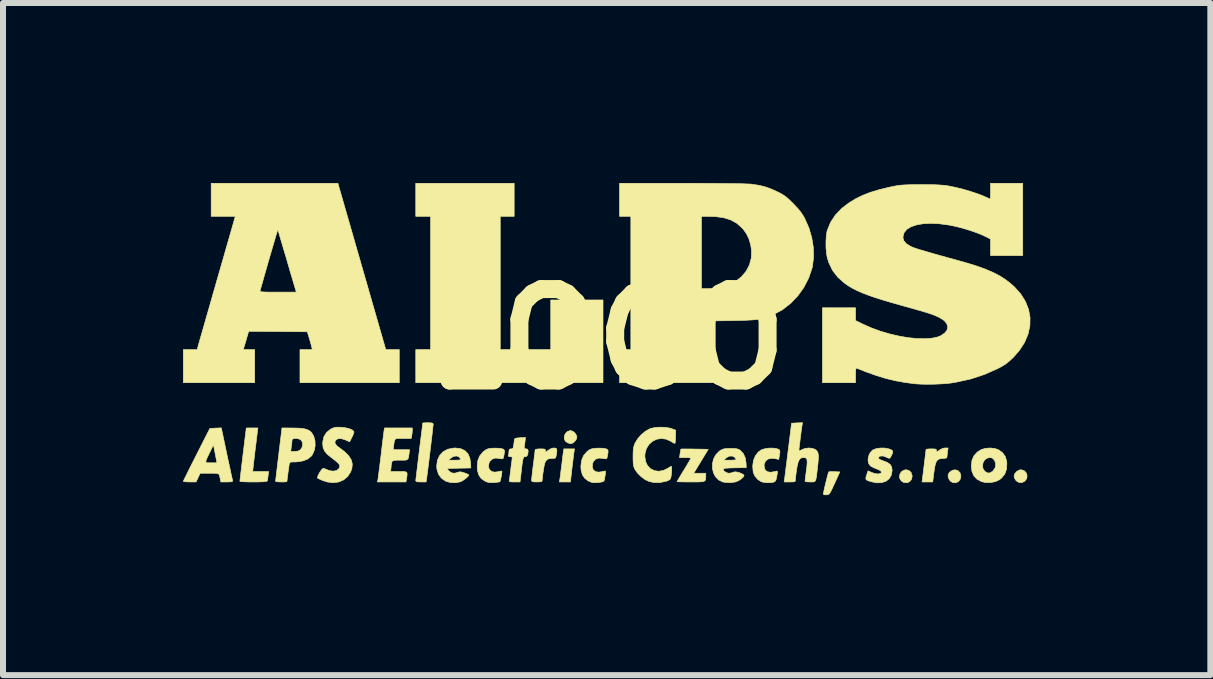
<source format=kicad_pcb>
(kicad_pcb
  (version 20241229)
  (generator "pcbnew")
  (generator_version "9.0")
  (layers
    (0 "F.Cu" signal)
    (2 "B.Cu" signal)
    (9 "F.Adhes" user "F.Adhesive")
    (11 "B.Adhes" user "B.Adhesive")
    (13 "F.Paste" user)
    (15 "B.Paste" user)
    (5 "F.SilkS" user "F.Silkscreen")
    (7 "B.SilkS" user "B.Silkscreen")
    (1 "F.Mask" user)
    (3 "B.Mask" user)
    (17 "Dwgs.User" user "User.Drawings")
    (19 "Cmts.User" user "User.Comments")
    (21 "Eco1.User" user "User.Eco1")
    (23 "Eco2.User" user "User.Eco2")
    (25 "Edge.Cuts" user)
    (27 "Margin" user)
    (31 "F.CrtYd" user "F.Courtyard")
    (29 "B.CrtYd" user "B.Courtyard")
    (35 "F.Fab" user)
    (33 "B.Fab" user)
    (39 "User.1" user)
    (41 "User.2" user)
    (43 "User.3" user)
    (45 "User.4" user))
  (footprint "LOGO"
    (layer "F.Cu")
    (at 7.059 2.603)
    (property "Reference" "LOGO" (at 0 0 0) (layer "F.SilkS") (effects (font (size 1.524 1.524) (thickness 0.3))))
    (attr through_hole)
    (fp_poly (pts (xy -1.539 -2.047) (xy -1.771 -2.047) (xy -1.771 0.174) (xy -0.929 0.174) (xy -0.929 -0.653) (xy -0.058 -0.653) (xy -0.058 0.726) (xy -3.179 0.726) (xy -3.179 0.174) (xy -2.932 0.174) (xy -2.932 -2.047) (xy -3.179 -2.047) (xy -3.179 -2.598) (xy -1.539 -2.598) (xy -1.539 -2.047)) (stroke (width 0.01) (type solid)) (fill yes) (layer "F.SilkS"))
    (fp_poly (pts (xy 5.044 2.19) (xy 5.079 2.225) (xy 5.094 2.276) (xy 5.095 2.286) (xy 5.083 2.339) (xy 5.051 2.376) (xy 5.008 2.394) (xy 4.958 2.39) (xy 4.919 2.368) (xy 4.89 2.328) (xy 4.883 2.283) (xy 4.896 2.238) (xy 4.926 2.201) (xy 4.971 2.18) (xy 4.995 2.177) (xy 5.044 2.19)) (stroke (width 0.01) (type solid)) (fill yes) (layer "F.SilkS"))
    (fp_poly (pts (xy 5.862 2.194) (xy 5.894 2.229) (xy 5.907 2.281) (xy 5.907 2.286) (xy 5.895 2.338) (xy 5.864 2.375) (xy 5.821 2.394) (xy 5.773 2.391) (xy 5.735 2.369) (xy 5.71 2.337) (xy 5.695 2.298) (xy 5.694 2.26) (xy 5.71 2.229) (xy 5.724 2.214) (xy 5.77 2.184) (xy 5.819 2.178) (xy 5.862 2.194)) (stroke (width 0.01) (type solid)) (fill yes) (layer "F.SilkS"))
    (fp_poly (pts (xy -0.559 1.537) (xy -0.523 1.568) (xy -0.499 1.607) (xy -0.493 1.633) (xy -0.504 1.67) (xy -0.531 1.707) (xy -0.564 1.733) (xy -0.591 1.741) (xy -0.625 1.735) (xy -0.65 1.727) (xy -0.687 1.699) (xy -0.704 1.66) (xy -0.703 1.615) (xy -0.685 1.573) (xy -0.653 1.54) (xy -0.609 1.525) (xy -0.598 1.524) (xy -0.559 1.537)) (stroke (width 0.01) (type solid)) (fill yes) (layer "F.SilkS"))
    (fp_poly (pts (xy 6.957 2.189) (xy 6.991 2.221) (xy 7.009 2.264) (xy 7.008 2.312) (xy 6.984 2.356) (xy 6.977 2.363) (xy 6.93 2.39) (xy 6.879 2.39) (xy 6.832 2.363) (xy 6.828 2.359) (xy 6.804 2.324) (xy 6.793 2.287) (xy 6.793 2.286) (xy 6.806 2.242) (xy 6.839 2.204) (xy 6.883 2.181) (xy 6.908 2.177) (xy 6.957 2.189)) (stroke (width 0.01) (type solid)) (fill yes) (layer "F.SilkS"))
    (fp_poly (pts (xy -0.541 1.876) (xy -0.545 1.907) (xy -0.552 1.96) (xy -0.56 2.029) (xy -0.57 2.109) (xy -0.575 2.152) (xy -0.601 2.38) (xy -0.785 2.38) (xy -0.777 2.333) (xy -0.772 2.301) (xy -0.765 2.247) (xy -0.757 2.179) (xy -0.747 2.105) (xy -0.747 2.105) (xy -0.738 2.03) (xy -0.73 1.963) (xy -0.723 1.909) (xy -0.718 1.876) (xy -0.718 1.876) (xy -0.71 1.829) (xy -0.533 1.829) (xy -0.541 1.876)) (stroke (width 0.01) (type solid)) (fill yes) (layer "F.SilkS"))
    (fp_poly (pts (xy 3.801 2.209) (xy 3.889 2.213) (xy 3.803 2.402) (xy 3.769 2.476) (xy 3.744 2.528) (xy 3.725 2.561) (xy 3.71 2.581) (xy 3.694 2.59) (xy 3.676 2.594) (xy 3.666 2.595) (xy 3.627 2.594) (xy 3.614 2.582) (xy 3.614 2.581) (xy 3.618 2.558) (xy 3.627 2.516) (xy 3.639 2.46) (xy 3.654 2.397) (xy 3.67 2.335) (xy 3.684 2.279) (xy 3.696 2.237) (xy 3.704 2.214) (xy 3.705 2.212) (xy 3.722 2.209) (xy 3.76 2.208) (xy 3.801 2.209)) (stroke (width 0.01) (type solid)) (fill yes) (layer "F.SilkS"))
    (fp_poly (pts (xy -5.844 1.753) (xy -5.856 1.846) (xy -5.866 1.935) (xy -5.876 2.015) (xy -5.883 2.079) (xy -5.887 2.115) (xy -5.897 2.206) (xy -5.632 2.206) (xy -5.64 2.275) (xy -5.646 2.32) (xy -5.652 2.354) (xy -5.654 2.362) (xy -5.665 2.37) (xy -5.693 2.375) (xy -5.742 2.378) (xy -5.814 2.38) (xy -5.885 2.38) (xy -5.962 2.38) (xy -6.028 2.378) (xy -6.078 2.375) (xy -6.106 2.372) (xy -6.111 2.369) (xy -6.109 2.353) (xy -6.104 2.311) (xy -6.097 2.248) (xy -6.087 2.166) (xy -6.076 2.07) (xy -6.063 1.964) (xy -6.058 1.92) (xy -6.004 1.48) (xy -5.811 1.48) (xy -5.844 1.753)) (stroke (width 0.01) (type solid)) (fill yes) (layer "F.SilkS"))
    (fp_poly (pts (xy 5.684 1.882) (xy 5.679 1.926) (xy 5.675 1.96) (xy 5.675 1.969) (xy 5.662 1.983) (xy 5.622 1.988) (xy 5.618 1.988) (xy 5.569 1.992) (xy 5.532 2.003) (xy 5.505 2.028) (xy 5.486 2.069) (xy 5.471 2.131) (xy 5.458 2.217) (xy 5.456 2.232) (xy 5.438 2.38) (xy 5.26 2.38) (xy 5.293 2.115) (xy 5.303 2.031) (xy 5.312 1.956) (xy 5.32 1.896) (xy 5.324 1.856) (xy 5.326 1.84) (xy 5.34 1.834) (xy 5.374 1.83) (xy 5.414 1.829) (xy 5.462 1.83) (xy 5.489 1.834) (xy 5.499 1.845) (xy 5.501 1.859) (xy 5.502 1.877) (xy 5.511 1.879) (xy 5.533 1.862) (xy 5.546 1.852) (xy 5.603 1.82) (xy 5.642 1.814) (xy 5.694 1.814) (xy 5.684 1.882)) (stroke (width 0.01) (type solid)) (fill yes) (layer "F.SilkS"))
    (fp_poly (pts (xy -2.925 1.395) (xy -2.898 1.401) (xy -2.889 1.412) (xy -2.888 1.416) (xy -2.89 1.435) (xy -2.895 1.48) (xy -2.902 1.544) (xy -2.911 1.624) (xy -2.922 1.715) (xy -2.934 1.814) (xy -2.946 1.914) (xy -2.958 2.014) (xy -2.97 2.107) (xy -2.98 2.189) (xy -2.989 2.257) (xy -2.995 2.305) (xy -2.998 2.326) (xy -3.007 2.38) (xy -3.093 2.38) (xy -3.143 2.379) (xy -3.17 2.373) (xy -3.179 2.361) (xy -3.179 2.358) (xy -3.177 2.339) (xy -3.172 2.295) (xy -3.164 2.229) (xy -3.154 2.145) (xy -3.142 2.046) (xy -3.129 1.937) (xy -3.121 1.871) (xy -3.107 1.758) (xy -3.094 1.654) (xy -3.083 1.564) (xy -3.073 1.49) (xy -3.067 1.436) (xy -3.063 1.405) (xy -3.063 1.399) (xy -3.049 1.396) (xy -3.015 1.394) (xy -2.975 1.393) (xy -2.925 1.395)) (stroke (width 0.01) (type solid)) (fill yes) (layer "F.SilkS"))
    (fp_poly (pts (xy 1.352 1.831) (xy 1.424 1.831) (xy 1.47 1.832) (xy 1.696 1.836) (xy 1.575 2.036) (xy 1.454 2.235) (xy 1.655 2.235) (xy 1.655 2.285) (xy 1.654 2.32) (xy 1.651 2.345) (xy 1.639 2.362) (xy 1.617 2.372) (xy 1.579 2.378) (xy 1.521 2.38) (xy 1.44 2.38) (xy 1.406 2.38) (xy 1.328 2.38) (xy 1.261 2.379) (xy 1.211 2.378) (xy 1.181 2.376) (xy 1.176 2.374) (xy 1.183 2.361) (xy 1.203 2.327) (xy 1.233 2.277) (xy 1.27 2.215) (xy 1.292 2.18) (xy 1.332 2.114) (xy 1.366 2.057) (xy 1.392 2.013) (xy 1.406 1.987) (xy 1.408 1.982) (xy 1.395 1.978) (xy 1.36 1.975) (xy 1.313 1.974) (xy 1.217 1.974) (xy 1.227 1.905) (xy 1.234 1.864) (xy 1.239 1.837) (xy 1.241 1.832) (xy 1.256 1.831) (xy 1.295 1.83) (xy 1.352 1.831)) (stroke (width 0.01) (type solid)) (fill yes) (layer "F.SilkS"))
    (fp_poly (pts (xy 2.785 1.817) (xy 2.843 1.827) (xy 2.86 1.833) (xy 2.881 1.845) (xy 2.89 1.86) (xy 2.89 1.888) (xy 2.884 1.928) (xy 2.871 2.005) (xy 2.825 1.994) (xy 2.751 1.985) (xy 2.692 1.999) (xy 2.651 2.032) (xy 2.629 2.084) (xy 2.627 2.113) (xy 2.638 2.168) (xy 2.67 2.204) (xy 2.72 2.218) (xy 2.749 2.217) (xy 2.792 2.21) (xy 2.826 2.202) (xy 2.832 2.2) (xy 2.844 2.198) (xy 2.848 2.208) (xy 2.847 2.237) (xy 2.84 2.279) (xy 2.83 2.331) (xy 2.818 2.361) (xy 2.801 2.377) (xy 2.791 2.382) (xy 2.739 2.392) (xy 2.675 2.393) (xy 2.612 2.385) (xy 2.576 2.374) (xy 2.521 2.338) (xy 2.475 2.284) (xy 2.447 2.224) (xy 2.445 2.213) (xy 2.437 2.114) (xy 2.45 2.022) (xy 2.482 1.943) (xy 2.531 1.88) (xy 2.588 1.842) (xy 2.646 1.825) (xy 2.715 1.816) (xy 2.785 1.817)) (stroke (width 0.01) (type solid)) (fill yes) (layer "F.SilkS"))
    (fp_poly (pts (xy 6.469 1.822) (xy 6.531 1.843) (xy 6.6 1.891) (xy 6.646 1.954) (xy 6.67 2.034) (xy 6.673 2.074) (xy 6.667 2.171) (xy 6.637 2.252) (xy 6.581 2.318) (xy 6.551 2.342) (xy 6.484 2.374) (xy 6.403 2.39) (xy 6.32 2.39) (xy 6.251 2.375) (xy 6.174 2.333) (xy 6.121 2.275) (xy 6.09 2.199) (xy 6.082 2.116) (xy 6.268 2.116) (xy 6.278 2.165) (xy 6.308 2.205) (xy 6.308 2.205) (xy 6.353 2.231) (xy 6.394 2.229) (xy 6.436 2.202) (xy 6.445 2.193) (xy 6.48 2.14) (xy 6.488 2.08) (xy 6.471 2.027) (xy 6.445 1.991) (xy 6.411 1.976) (xy 6.382 1.974) (xy 6.335 1.987) (xy 6.298 2.019) (xy 6.275 2.065) (xy 6.268 2.116) (xy 6.082 2.116) (xy 6.081 2.113) (xy 6.092 2.019) (xy 6.125 1.943) (xy 6.181 1.882) (xy 6.244 1.842) (xy 6.311 1.821) (xy 6.39 1.814) (xy 6.469 1.822)) (stroke (width 0.01) (type solid)) (fill yes) (layer "F.SilkS"))
    (fp_poly (pts (xy -2.431 1.825) (xy -2.36 1.858) (xy -2.308 1.912) (xy -2.277 1.986) (xy -2.267 2.054) (xy -2.261 2.147) (xy -2.46 2.151) (xy -2.659 2.155) (xy -2.627 2.195) (xy -2.585 2.228) (xy -2.531 2.235) (xy -2.476 2.219) (xy -2.447 2.211) (xy -2.413 2.215) (xy -2.367 2.229) (xy -2.326 2.245) (xy -2.299 2.259) (xy -2.293 2.264) (xy -2.304 2.283) (xy -2.333 2.311) (xy -2.37 2.34) (xy -2.409 2.365) (xy -2.437 2.378) (xy -2.516 2.393) (xy -2.6 2.39) (xy -2.676 2.369) (xy -2.678 2.368) (xy -2.749 2.32) (xy -2.799 2.254) (xy -2.826 2.171) (xy -2.83 2.112) (xy -2.818 2.018) (xy -2.817 2.017) (xy -2.634 2.017) (xy -2.53 2.017) (xy -2.475 2.016) (xy -2.444 2.013) (xy -2.432 2.006) (xy -2.433 1.995) (xy -2.46 1.962) (xy -2.5 1.947) (xy -2.548 1.954) (xy -2.594 1.981) (xy -2.634 2.017) (xy -2.817 2.017) (xy -2.781 1.939) (xy -2.724 1.877) (xy -2.647 1.835) (xy -2.554 1.816) (xy -2.521 1.814) (xy -2.431 1.825)) (stroke (width 0.01) (type solid)) (fill yes) (layer "F.SilkS"))
    (fp_poly (pts (xy -1.771 1.821) (xy -1.736 1.828) (xy -1.712 1.839) (xy -1.701 1.855) (xy -1.701 1.884) (xy -1.705 1.913) (xy -1.713 1.955) (xy -1.722 1.985) (xy -1.725 1.992) (xy -1.744 1.995) (xy -1.779 1.99) (xy -1.789 1.988) (xy -1.852 1.982) (xy -1.906 2) (xy -1.946 2.038) (xy -1.958 2.065) (xy -1.967 2.125) (xy -1.952 2.173) (xy -1.916 2.205) (xy -1.863 2.217) (xy -1.81 2.21) (xy -1.772 2.201) (xy -1.747 2.199) (xy -1.743 2.2) (xy -1.743 2.216) (xy -1.748 2.25) (xy -1.755 2.293) (xy -1.764 2.335) (xy -1.773 2.367) (xy -1.777 2.377) (xy -1.794 2.381) (xy -1.831 2.386) (xy -1.875 2.39) (xy -1.934 2.392) (xy -1.978 2.386) (xy -2.02 2.369) (xy -2.031 2.363) (xy -2.092 2.319) (xy -2.131 2.26) (xy -2.152 2.181) (xy -2.155 2.119) (xy -2.145 2.025) (xy -2.114 1.947) (xy -2.058 1.881) (xy -2.041 1.866) (xy -2.007 1.842) (xy -1.974 1.828) (xy -1.93 1.82) (xy -1.882 1.817) (xy -1.824 1.817) (xy -1.771 1.821)) (stroke (width 0.01) (type solid)) (fill yes) (layer "F.SilkS"))
    (fp_poly (pts (xy -0.848 1.817) (xy -0.832 1.828) (xy -0.827 1.853) (xy -0.831 1.899) (xy -0.837 1.934) (xy -0.845 1.969) (xy -0.859 1.985) (xy -0.89 1.988) (xy -0.903 1.988) (xy -0.949 1.991) (xy -0.984 2.003) (xy -1.009 2.026) (xy -1.028 2.066) (xy -1.042 2.126) (xy -1.055 2.21) (xy -1.059 2.234) (xy -1.066 2.291) (xy -1.071 2.337) (xy -1.074 2.364) (xy -1.074 2.368) (xy -1.087 2.375) (xy -1.122 2.379) (xy -1.161 2.38) (xy -1.21 2.379) (xy -1.236 2.375) (xy -1.246 2.365) (xy -1.248 2.348) (xy -1.246 2.322) (xy -1.241 2.274) (xy -1.234 2.209) (xy -1.225 2.132) (xy -1.219 2.09) (xy -1.209 2.011) (xy -1.201 1.942) (xy -1.194 1.888) (xy -1.191 1.855) (xy -1.19 1.847) (xy -1.178 1.836) (xy -1.14 1.83) (xy -1.103 1.829) (xy -1.055 1.83) (xy -1.028 1.834) (xy -1.018 1.845) (xy -1.016 1.859) (xy -1.015 1.877) (xy -1.006 1.879) (xy -0.984 1.862) (xy -0.971 1.852) (xy -0.915 1.82) (xy -0.877 1.814) (xy -0.848 1.817)) (stroke (width 0.01) (type solid)) (fill yes) (layer "F.SilkS"))
    (fp_poly (pts (xy -0.043 1.821) (xy -0.009 1.828) (xy 0.015 1.839) (xy 0.026 1.855) (xy 0.026 1.884) (xy 0.022 1.913) (xy 0.014 1.955) (xy 0.006 1.985) (xy 0.002 1.992) (xy -0.017 1.995) (xy -0.052 1.99) (xy -0.061 1.988) (xy -0.125 1.982) (xy -0.179 1.999) (xy -0.217 2.037) (xy -0.23 2.068) (xy -0.237 2.131) (xy -0.22 2.179) (xy -0.183 2.208) (xy -0.128 2.217) (xy -0.083 2.21) (xy -0.045 2.201) (xy -0.021 2.198) (xy -0.018 2.198) (xy -0.016 2.215) (xy -0.019 2.25) (xy -0.026 2.293) (xy -0.033 2.333) (xy -0.041 2.361) (xy -0.043 2.365) (xy -0.063 2.376) (xy -0.102 2.385) (xy -0.147 2.39) (xy -0.205 2.393) (xy -0.247 2.387) (xy -0.287 2.371) (xy -0.304 2.363) (xy -0.364 2.318) (xy -0.403 2.259) (xy -0.423 2.182) (xy -0.427 2.12) (xy -0.415 2.021) (xy -0.381 1.939) (xy -0.323 1.873) (xy -0.31 1.862) (xy -0.275 1.839) (xy -0.238 1.826) (xy -0.188 1.819) (xy -0.154 1.817) (xy -0.095 1.817) (xy -0.043 1.821)) (stroke (width 0.01) (type solid)) (fill yes) (layer "F.SilkS"))
    (fp_poly (pts (xy -3.237 1.522) (xy -3.24 1.569) (xy -3.246 1.609) (xy -3.255 1.655) (xy -3.391 1.655) (xy -3.455 1.654) (xy -3.496 1.657) (xy -3.521 1.668) (xy -3.534 1.691) (xy -3.541 1.731) (xy -3.548 1.782) (xy -3.556 1.843) (xy -3.282 1.843) (xy -3.289 1.898) (xy -3.297 1.954) (xy -3.305 1.989) (xy -3.32 2.008) (xy -3.347 2.016) (xy -3.394 2.018) (xy -3.441 2.017) (xy -3.505 2.018) (xy -3.545 2.021) (xy -3.569 2.033) (xy -3.581 2.056) (xy -3.587 2.096) (xy -3.59 2.13) (xy -3.598 2.206) (xy -3.461 2.206) (xy -3.394 2.206) (xy -3.352 2.21) (xy -3.33 2.221) (xy -3.323 2.245) (xy -3.326 2.284) (xy -3.333 2.326) (xy -3.342 2.38) (xy -3.818 2.38) (xy -3.811 2.348) (xy -3.807 2.325) (xy -3.801 2.277) (xy -3.792 2.209) (xy -3.781 2.126) (xy -3.77 2.03) (xy -3.759 1.945) (xy -3.747 1.842) (xy -3.736 1.746) (xy -3.725 1.662) (xy -3.717 1.594) (xy -3.711 1.547) (xy -3.708 1.528) (xy -3.7 1.48) (xy -3.237 1.48) (xy -3.237 1.522)) (stroke (width 0.01) (type solid)) (fill yes) (layer "F.SilkS"))
    (fp_poly (pts (xy -6.329 1.912) (xy -6.306 2.02) (xy -6.284 2.12) (xy -6.265 2.207) (xy -6.25 2.279) (xy -6.238 2.33) (xy -6.231 2.358) (xy -6.23 2.362) (xy -6.235 2.372) (xy -6.26 2.378) (xy -6.309 2.38) (xy -6.326 2.38) (xy -6.428 2.38) (xy -6.437 2.333) (xy -6.446 2.291) (xy -6.454 2.262) (xy -6.469 2.246) (xy -6.496 2.238) (xy -6.539 2.235) (xy -6.605 2.235) (xy -6.617 2.235) (xy -6.773 2.235) (xy -6.807 2.308) (xy -6.841 2.38) (xy -6.948 2.38) (xy -6.999 2.379) (xy -7.036 2.375) (xy -7.053 2.37) (xy -7.053 2.369) (xy -7.047 2.354) (xy -7.029 2.316) (xy -7 2.259) (xy -6.964 2.185) (xy -6.92 2.097) (xy -6.888 2.034) (xy -6.678 2.034) (xy -6.676 2.052) (xy -6.661 2.06) (xy -6.633 2.061) (xy -6.591 2.061) (xy -6.493 2.061) (xy -6.522 1.911) (xy -6.551 1.761) (xy -6.608 1.878) (xy -6.644 1.951) (xy -6.667 2.002) (xy -6.678 2.034) (xy -6.888 2.034) (xy -6.87 1.999) (xy -6.832 1.923) (xy -6.611 1.488) (xy -6.516 1.483) (xy -6.42 1.479) (xy -6.329 1.912)) (stroke (width 0.01) (type solid)) (fill yes) (layer "F.SilkS"))
    (fp_poly (pts (xy 4.635 1.815) (xy 4.703 1.828) (xy 4.725 1.835) (xy 4.759 1.852) (xy 4.772 1.87) (xy 4.768 1.899) (xy 4.751 1.937) (xy 4.732 1.973) (xy 4.715 1.986) (xy 4.689 1.979) (xy 4.664 1.967) (xy 4.61 1.947) (xy 4.561 1.95) (xy 4.551 1.954) (xy 4.53 1.97) (xy 4.535 1.989) (xy 4.565 2.01) (xy 4.609 2.027) (xy 4.681 2.055) (xy 4.727 2.087) (xy 4.752 2.128) (xy 4.761 2.182) (xy 4.761 2.187) (xy 4.748 2.264) (xy 4.714 2.324) (xy 4.66 2.367) (xy 4.59 2.391) (xy 4.505 2.395) (xy 4.41 2.376) (xy 4.404 2.374) (xy 4.355 2.358) (xy 4.329 2.343) (xy 4.322 2.322) (xy 4.329 2.287) (xy 4.336 2.266) (xy 4.359 2.195) (xy 4.422 2.223) (xy 4.476 2.241) (xy 4.526 2.247) (xy 4.564 2.24) (xy 4.583 2.222) (xy 4.583 2.219) (xy 4.576 2.201) (xy 4.545 2.181) (xy 4.504 2.164) (xy 4.455 2.143) (xy 4.414 2.122) (xy 4.395 2.109) (xy 4.367 2.066) (xy 4.359 2.011) (xy 4.368 1.951) (xy 4.394 1.895) (xy 4.434 1.851) (xy 4.44 1.847) (xy 4.492 1.826) (xy 4.561 1.815) (xy 4.635 1.815)) (stroke (width 0.01) (type solid)) (fill yes) (layer "F.SilkS"))
    (fp_poly (pts (xy -1.358 1.708) (xy -1.364 1.755) (xy -1.369 1.793) (xy -1.371 1.803) (xy -1.367 1.823) (xy -1.341 1.829) (xy -1.316 1.834) (xy -1.307 1.855) (xy -1.306 1.871) (xy -1.312 1.923) (xy -1.329 1.952) (xy -1.357 1.959) (xy -1.368 1.96) (xy -1.377 1.966) (xy -1.385 1.979) (xy -1.392 2.003) (xy -1.4 2.042) (xy -1.408 2.099) (xy -1.417 2.177) (xy -1.429 2.28) (xy -1.431 2.297) (xy -1.441 2.38) (xy -1.534 2.38) (xy -1.583 2.38) (xy -1.61 2.376) (xy -1.621 2.368) (xy -1.62 2.352) (xy -1.619 2.348) (xy -1.614 2.319) (xy -1.608 2.27) (xy -1.6 2.209) (xy -1.596 2.177) (xy -1.589 2.112) (xy -1.581 2.054) (xy -1.575 2.011) (xy -1.573 1.999) (xy -1.571 1.971) (xy -1.585 1.96) (xy -1.604 1.959) (xy -1.632 1.955) (xy -1.636 1.941) (xy -1.634 1.936) (xy -1.628 1.905) (xy -1.626 1.871) (xy -1.621 1.841) (xy -1.604 1.83) (xy -1.59 1.829) (xy -1.575 1.828) (xy -1.564 1.824) (xy -1.556 1.811) (xy -1.55 1.784) (xy -1.543 1.738) (xy -1.534 1.669) (xy -1.524 1.656) (xy -1.494 1.648) (xy -1.441 1.643) (xy -1.35 1.639) (xy -1.358 1.708)) (stroke (width 0.01) (type solid)) (fill yes) (layer "F.SilkS"))
    (fp_poly (pts (xy -5.241 1.481) (xy -5.139 1.483) (xy -5.062 1.489) (xy -5.003 1.502) (xy -4.958 1.522) (xy -4.923 1.55) (xy -4.918 1.555) (xy -4.88 1.616) (xy -4.859 1.692) (xy -4.856 1.774) (xy -4.871 1.855) (xy -4.903 1.927) (xy -4.923 1.953) (xy -4.982 1.999) (xy -5.061 2.03) (xy -5.158 2.045) (xy -5.198 2.047) (xy -5.245 2.047) (xy -5.271 2.052) (xy -5.283 2.065) (xy -5.289 2.089) (xy -5.29 2.094) (xy -5.294 2.126) (xy -5.301 2.174) (xy -5.309 2.23) (xy -5.316 2.286) (xy -5.322 2.334) (xy -5.326 2.366) (xy -5.327 2.374) (xy -5.34 2.377) (xy -5.375 2.38) (xy -5.421 2.38) (xy -5.469 2.379) (xy -5.503 2.375) (xy -5.516 2.369) (xy -5.514 2.353) (xy -5.509 2.311) (xy -5.502 2.248) (xy -5.492 2.166) (xy -5.481 2.07) (xy -5.468 1.964) (xy -5.462 1.92) (xy -5.457 1.872) (xy -5.263 1.872) (xy -5.198 1.872) (xy -5.142 1.866) (xy -5.102 1.844) (xy -5.099 1.841) (xy -5.073 1.8) (xy -5.064 1.752) (xy -5.074 1.707) (xy -5.098 1.677) (xy -5.134 1.661) (xy -5.175 1.654) (xy -5.213 1.657) (xy -5.237 1.67) (xy -5.241 1.68) (xy -5.243 1.708) (xy -5.248 1.753) (xy -5.253 1.789) (xy -5.263 1.872) (xy -5.457 1.872) (xy -5.409 1.48) (xy -5.241 1.481)) (stroke (width 0.01) (type solid)) (fill yes) (layer "F.SilkS"))
    (fp_poly (pts (xy 2.131 1.823) (xy 2.174 1.828) (xy 2.206 1.839) (xy 2.23 1.854) (xy 2.282 1.909) (xy 2.315 1.984) (xy 2.326 2.064) (xy 2.33 2.141) (xy 2.137 2.145) (xy 2.057 2.147) (xy 2.001 2.15) (xy 1.967 2.155) (xy 1.949 2.162) (xy 1.945 2.169) (xy 1.957 2.195) (xy 1.988 2.219) (xy 2.025 2.233) (xy 2.042 2.235) (xy 2.081 2.229) (xy 2.11 2.219) (xy 2.14 2.211) (xy 2.177 2.215) (xy 2.219 2.227) (xy 2.26 2.244) (xy 2.287 2.262) (xy 2.293 2.271) (xy 2.281 2.296) (xy 2.25 2.326) (xy 2.208 2.355) (xy 2.162 2.376) (xy 2.151 2.38) (xy 2.065 2.392) (xy 1.974 2.387) (xy 1.934 2.379) (xy 1.868 2.346) (xy 1.817 2.294) (xy 1.783 2.228) (xy 1.766 2.153) (xy 1.766 2.075) (xy 1.78 2.017) (xy 1.952 2.017) (xy 2.057 2.017) (xy 2.108 2.016) (xy 2.146 2.013) (xy 2.162 2.008) (xy 2.163 2.008) (xy 2.154 1.991) (xy 2.139 1.971) (xy 2.1 1.949) (xy 2.053 1.949) (xy 2.004 1.972) (xy 1.993 1.981) (xy 1.952 2.017) (xy 1.78 2.017) (xy 1.784 1.998) (xy 1.821 1.929) (xy 1.876 1.871) (xy 1.89 1.861) (xy 1.924 1.841) (xy 1.957 1.829) (xy 1.998 1.823) (xy 2.057 1.822) (xy 2.067 1.822) (xy 2.131 1.823)) (stroke (width 0.01) (type solid)) (fill yes) (layer "F.SilkS"))
    (fp_poly (pts (xy -4.421 1.469) (xy -4.352 1.477) (xy -4.29 1.492) (xy -4.242 1.512) (xy -4.214 1.534) (xy -4.209 1.548) (xy -4.215 1.572) (xy -4.231 1.611) (xy -4.245 1.64) (xy -4.282 1.711) (xy -4.343 1.683) (xy -4.413 1.66) (xy -4.469 1.658) (xy -4.506 1.677) (xy -4.527 1.711) (xy -4.521 1.745) (xy -4.489 1.782) (xy -4.46 1.804) (xy -4.365 1.876) (xy -4.297 1.945) (xy -4.254 2.012) (xy -4.237 2.08) (xy -4.243 2.151) (xy -4.265 2.214) (xy -4.315 2.29) (xy -4.382 2.346) (xy -4.464 2.381) (xy -4.556 2.393) (xy -4.654 2.381) (xy -4.722 2.359) (xy -4.768 2.34) (xy -4.801 2.324) (xy -4.815 2.317) (xy -4.816 2.297) (xy -4.803 2.263) (xy -4.781 2.222) (xy -4.756 2.186) (xy -4.732 2.159) (xy -4.714 2.153) (xy -4.687 2.163) (xy -4.68 2.167) (xy -4.609 2.194) (xy -4.546 2.2) (xy -4.494 2.187) (xy -4.458 2.155) (xy -4.448 2.133) (xy -4.446 2.111) (xy -4.455 2.088) (xy -4.479 2.06) (xy -4.521 2.024) (xy -4.585 1.975) (xy -4.588 1.973) (xy -4.656 1.917) (xy -4.699 1.865) (xy -4.723 1.81) (xy -4.73 1.746) (xy -4.729 1.712) (xy -4.71 1.626) (xy -4.667 1.556) (xy -4.6 1.502) (xy -4.583 1.493) (xy -4.543 1.476) (xy -4.5 1.468) (xy -4.444 1.468) (xy -4.421 1.469)) (stroke (width 0.01) (type solid)) (fill yes) (layer "F.SilkS"))
    (fp_poly (pts (xy 0.98 1.47) (xy 1.058 1.483) (xy 1.089 1.493) (xy 1.154 1.518) (xy 1.151 1.625) (xy 1.149 1.677) (xy 1.145 1.717) (xy 1.142 1.737) (xy 1.141 1.737) (xy 1.127 1.734) (xy 1.096 1.718) (xy 1.075 1.704) (xy 0.995 1.667) (xy 0.915 1.656) (xy 0.837 1.668) (xy 0.767 1.702) (xy 0.708 1.755) (xy 0.665 1.824) (xy 0.642 1.908) (xy 0.639 1.952) (xy 0.651 2.038) (xy 0.684 2.108) (xy 0.735 2.16) (xy 0.799 2.192) (xy 0.872 2.202) (xy 0.95 2.188) (xy 1.029 2.149) (xy 1.033 2.146) (xy 1.062 2.127) (xy 1.079 2.119) (xy 1.08 2.119) (xy 1.086 2.132) (xy 1.087 2.166) (xy 1.086 2.213) (xy 1.08 2.264) (xy 1.077 2.286) (xy 1.068 2.321) (xy 1.054 2.342) (xy 1.024 2.358) (xy 0.994 2.369) (xy 0.89 2.39) (xy 0.78 2.388) (xy 0.71 2.372) (xy 0.644 2.341) (xy 0.577 2.292) (xy 0.516 2.231) (xy 0.475 2.172) (xy 0.46 2.139) (xy 0.45 2.105) (xy 0.445 2.06) (xy 0.443 1.999) (xy 0.443 1.959) (xy 0.444 1.885) (xy 0.448 1.831) (xy 0.456 1.788) (xy 0.47 1.748) (xy 0.477 1.731) (xy 0.52 1.661) (xy 0.58 1.593) (xy 0.649 1.535) (xy 0.72 1.495) (xy 0.735 1.489) (xy 0.807 1.473) (xy 0.892 1.467) (xy 0.98 1.47)) (stroke (width 0.01) (type solid)) (fill yes) (layer "F.SilkS"))
    (fp_poly (pts (xy 3.259 1.44) (xy 3.254 1.476) (xy 3.246 1.53) (xy 3.238 1.596) (xy 3.229 1.665) (xy 3.221 1.733) (xy 3.214 1.791) (xy 3.209 1.834) (xy 3.208 1.853) (xy 3.216 1.861) (xy 3.243 1.85) (xy 3.255 1.843) (xy 3.31 1.821) (xy 3.375 1.814) (xy 3.437 1.821) (xy 3.485 1.842) (xy 3.487 1.843) (xy 3.509 1.864) (xy 3.523 1.891) (xy 3.531 1.928) (xy 3.532 1.979) (xy 3.527 2.05) (xy 3.518 2.134) (xy 3.508 2.223) (xy 3.5 2.288) (xy 3.492 2.333) (xy 3.482 2.36) (xy 3.469 2.374) (xy 3.45 2.38) (xy 3.423 2.381) (xy 3.396 2.38) (xy 3.35 2.379) (xy 3.319 2.374) (xy 3.309 2.369) (xy 3.311 2.351) (xy 3.316 2.31) (xy 3.323 2.252) (xy 3.332 2.186) (xy 3.342 2.104) (xy 3.345 2.046) (xy 3.342 2.008) (xy 3.33 1.986) (xy 3.309 1.976) (xy 3.281 1.974) (xy 3.245 1.98) (xy 3.218 2.002) (xy 3.197 2.043) (xy 3.18 2.107) (xy 3.17 2.165) (xy 3.161 2.23) (xy 3.154 2.287) (xy 3.15 2.329) (xy 3.15 2.34) (xy 3.148 2.362) (xy 3.14 2.374) (xy 3.118 2.379) (xy 3.076 2.38) (xy 3.056 2.38) (xy 2.961 2.38) (xy 2.97 2.319) (xy 2.974 2.289) (xy 2.981 2.234) (xy 2.99 2.159) (xy 3.002 2.068) (xy 3.015 1.965) (xy 3.028 1.855) (xy 3.032 1.829) (xy 3.085 1.401) (xy 3.176 1.396) (xy 3.267 1.392) (xy 3.259 1.44)) (stroke (width 0.01) (type solid)) (fill yes) (layer "F.SilkS"))
    (fp_poly (pts (xy 1.252 -2.598) (xy 1.431 -2.598) (xy 1.603 -2.597) (xy 1.766 -2.596) (xy 1.916 -2.595) (xy 2.051 -2.593) (xy 2.169 -2.592) (xy 2.268 -2.59) (xy 2.343 -2.587) (xy 2.393 -2.585) (xy 2.409 -2.584) (xy 2.53 -2.566) (xy 2.635 -2.542) (xy 2.735 -2.507) (xy 2.843 -2.459) (xy 2.845 -2.458) (xy 2.91 -2.425) (xy 2.962 -2.393) (xy 3.011 -2.356) (xy 3.063 -2.308) (xy 3.113 -2.259) (xy 3.187 -2.18) (xy 3.244 -2.109) (xy 3.289 -2.04) (xy 3.305 -2.01) (xy 3.374 -1.854) (xy 3.422 -1.69) (xy 3.448 -1.525) (xy 3.452 -1.365) (xy 3.433 -1.214) (xy 3.428 -1.19) (xy 3.372 -1.023) (xy 3.292 -0.866) (xy 3.19 -0.723) (xy 3.069 -0.597) (xy 2.933 -0.491) (xy 2.782 -0.409) (xy 2.78 -0.408) (xy 2.722 -0.383) (xy 2.669 -0.364) (xy 2.616 -0.348) (xy 2.559 -0.336) (xy 2.495 -0.326) (xy 2.419 -0.32) (xy 2.327 -0.315) (xy 2.216 -0.312) (xy 2.081 -0.309) (xy 2.036 -0.308) (xy 1.582 -0.302) (xy 1.582 0.174) (xy 1.785 0.174) (xy 1.785 0.726) (xy 0.218 0.726) (xy 0.218 0.174) (xy 0.406 0.174) (xy 0.406 -0.842) (xy 1.582 -0.842) (xy 1.695 -0.842) (xy 1.767 -0.845) (xy 1.844 -0.853) (xy 1.903 -0.863) (xy 2.037 -0.903) (xy 2.154 -0.964) (xy 2.251 -1.041) (xy 2.329 -1.134) (xy 2.383 -1.239) (xy 2.414 -1.353) (xy 2.418 -1.475) (xy 2.404 -1.571) (xy 2.373 -1.675) (xy 2.332 -1.759) (xy 2.275 -1.837) (xy 2.256 -1.857) (xy 2.17 -1.933) (xy 2.069 -1.988) (xy 1.951 -2.025) (xy 1.814 -2.043) (xy 1.724 -2.046) (xy 1.582 -2.047) (xy 1.582 -0.842) (xy 0.406 -0.842) (xy 0.406 -2.047) (xy 0.218 -2.047) (xy 0.218 -2.598) (xy 1.252 -2.598)) (stroke (width 0.01) (type solid)) (fill yes) (layer "F.SilkS"))
    (fp_poly (pts (xy -3.679 0.174) (xy -3.567 0.174) (xy -3.454 0.174) (xy -3.454 0.726) (xy -5.109 0.726) (xy -5.109 0.174) (xy -4.904 0.174) (xy -4.913 0.132) (xy -4.922 0.097) (xy -4.936 0.046) (xy -4.953 -0.012) (xy -4.954 -0.017) (xy -4.987 -0.123) (xy -5.475 -0.127) (xy -5.964 -0.131) (xy -5.995 -0.026) (xy -6.011 0.032) (xy -6.027 0.085) (xy -6.038 0.121) (xy -6.039 0.122) (xy -6.048 0.153) (xy -6.052 0.169) (xy -6.052 0.169) (xy -6.039 0.172) (xy -6.005 0.174) (xy -5.958 0.174) (xy -5.864 0.174) (xy -5.864 0.726) (xy -7.054 0.726) (xy -7.054 0.174) (xy -6.823 0.174) (xy -6.808 0.12) (xy -6.802 0.097) (xy -6.788 0.049) (xy -6.768 -0.022) (xy -6.741 -0.115) (xy -6.709 -0.226) (xy -6.673 -0.353) (xy -6.632 -0.495) (xy -6.588 -0.649) (xy -6.545 -0.801) (xy -5.774 -0.801) (xy -5.768 -0.794) (xy -5.751 -0.79) (xy -5.722 -0.787) (xy -5.675 -0.785) (xy -5.607 -0.784) (xy -5.515 -0.784) (xy -5.475 -0.784) (xy -5.17 -0.784) (xy -5.191 -0.853) (xy -5.2 -0.884) (xy -5.216 -0.938) (xy -5.238 -1.013) (xy -5.265 -1.103) (xy -5.295 -1.206) (xy -5.327 -1.316) (xy -5.343 -1.372) (xy -5.376 -1.481) (xy -5.405 -1.58) (xy -5.431 -1.667) (xy -5.452 -1.739) (xy -5.468 -1.791) (xy -5.477 -1.82) (xy -5.479 -1.825) (xy -5.483 -1.813) (xy -5.494 -1.776) (xy -5.512 -1.719) (xy -5.533 -1.644) (xy -5.559 -1.557) (xy -5.587 -1.461) (xy -5.617 -1.359) (xy -5.647 -1.255) (xy -5.676 -1.153) (xy -5.704 -1.056) (xy -5.728 -0.969) (xy -5.749 -0.895) (xy -5.766 -0.838) (xy -5.773 -0.809) (xy -5.774 -0.801) (xy -6.545 -0.801) (xy -6.541 -0.812) (xy -6.493 -0.982) (xy -6.49 -0.991) (xy -6.187 -2.047) (xy -6.589 -2.047) (xy -6.589 -2.598) (xy -4.477 -2.598) (xy -3.679 0.174)) (stroke (width 0.01) (type solid)) (fill yes) (layer "F.SilkS"))
    (fp_poly (pts (xy 6.938 -1.393) (xy 6.401 -1.393) (xy 6.401 -1.669) (xy 6.311 -1.714) (xy 6.224 -1.753) (xy 6.117 -1.793) (xy 5.999 -1.831) (xy 5.878 -1.865) (xy 5.762 -1.892) (xy 5.707 -1.902) (xy 5.551 -1.923) (xy 5.408 -1.93) (xy 5.28 -1.924) (xy 5.169 -1.905) (xy 5.077 -1.874) (xy 5.007 -1.831) (xy 4.962 -1.776) (xy 4.955 -1.761) (xy 4.941 -1.698) (xy 4.954 -1.643) (xy 4.995 -1.593) (xy 5.064 -1.549) (xy 5.102 -1.532) (xy 5.145 -1.516) (xy 5.213 -1.494) (xy 5.305 -1.467) (xy 5.417 -1.434) (xy 5.547 -1.397) (xy 5.692 -1.357) (xy 5.827 -1.32) (xy 6.016 -1.267) (xy 6.179 -1.216) (xy 6.32 -1.165) (xy 6.443 -1.112) (xy 6.55 -1.057) (xy 6.645 -0.997) (xy 6.731 -0.931) (xy 6.796 -0.874) (xy 6.903 -0.755) (xy 6.983 -0.628) (xy 7.035 -0.496) (xy 7.06 -0.36) (xy 7.057 -0.222) (xy 7.027 -0.084) (xy 6.97 0.052) (xy 6.885 0.184) (xy 6.786 0.298) (xy 6.721 0.36) (xy 6.662 0.408) (xy 6.598 0.449) (xy 6.524 0.489) (xy 6.301 0.588) (xy 6.067 0.665) (xy 5.818 0.719) (xy 5.731 0.733) (xy 5.652 0.741) (xy 5.553 0.747) (xy 5.445 0.751) (xy 5.337 0.752) (xy 5.238 0.75) (xy 5.158 0.745) (xy 5.153 0.745) (xy 4.981 0.723) (xy 4.819 0.694) (xy 4.66 0.656) (xy 4.496 0.606) (xy 4.32 0.543) (xy 4.169 0.483) (xy 4.16 0.487) (xy 4.154 0.51) (xy 4.152 0.555) (xy 4.151 0.601) (xy 4.151 0.726) (xy 3.6 0.726) (xy 3.6 -0.523) (xy 4.151 -0.523) (xy 4.151 -0.31) (xy 4.274 -0.25) (xy 4.416 -0.187) (xy 4.566 -0.132) (xy 4.721 -0.087) (xy 4.876 -0.051) (xy 5.028 -0.025) (xy 5.171 -0.01) (xy 5.304 -0.007) (xy 5.421 -0.015) (xy 5.519 -0.036) (xy 5.572 -0.057) (xy 5.638 -0.102) (xy 5.677 -0.152) (xy 5.688 -0.205) (xy 5.672 -0.258) (xy 5.629 -0.31) (xy 5.558 -0.356) (xy 5.554 -0.358) (xy 5.517 -0.376) (xy 5.479 -0.393) (xy 5.436 -0.41) (xy 5.384 -0.428) (xy 5.319 -0.448) (xy 5.239 -0.472) (xy 5.14 -0.5) (xy 5.017 -0.535) (xy 4.954 -0.552) (xy 4.771 -0.604) (xy 4.614 -0.65) (xy 4.48 -0.692) (xy 4.365 -0.732) (xy 4.266 -0.77) (xy 4.181 -0.807) (xy 4.106 -0.845) (xy 4.039 -0.884) (xy 3.976 -0.927) (xy 3.967 -0.934) (xy 3.856 -1.032) (xy 3.769 -1.144) (xy 3.707 -1.272) (xy 3.68 -1.357) (xy 3.667 -1.432) (xy 3.659 -1.523) (xy 3.658 -1.619) (xy 3.663 -1.712) (xy 3.674 -1.79) (xy 3.681 -1.815) (xy 3.735 -1.948) (xy 3.816 -2.07) (xy 3.923 -2.181) (xy 4.041 -2.271) (xy 4.154 -2.34) (xy 4.272 -2.398) (xy 4.401 -2.448) (xy 4.547 -2.492) (xy 4.715 -2.533) (xy 4.732 -2.536) (xy 4.794 -2.549) (xy 4.848 -2.559) (xy 4.901 -2.566) (xy 4.957 -2.57) (xy 5.023 -2.573) (xy 5.105 -2.575) (xy 5.208 -2.575) (xy 5.247 -2.576) (xy 5.369 -2.575) (xy 5.467 -2.574) (xy 5.547 -2.57) (xy 5.615 -2.565) (xy 5.675 -2.558) (xy 5.726 -2.549) (xy 5.833 -2.526) (xy 5.95 -2.497) (xy 6.068 -2.462) (xy 6.177 -2.426) (xy 6.27 -2.391) (xy 6.295 -2.38) (xy 6.342 -2.359) (xy 6.378 -2.343) (xy 6.395 -2.337) (xy 6.396 -2.337) (xy 6.398 -2.35) (xy 6.4 -2.386) (xy 6.401 -2.438) (xy 6.401 -2.467) (xy 6.401 -2.598) (xy 6.938 -2.598) (xy 6.938 -1.393)) (stroke (width 0.01) (type solid)) (fill yes) (layer "F.SilkS")))
  (gr_rect
    (start -3 -3)
    (end 17.124 8.203)
    (stroke (width 0.1) (type default))
    (fill no)
    (layer "Edge.Cuts")))
</source>
